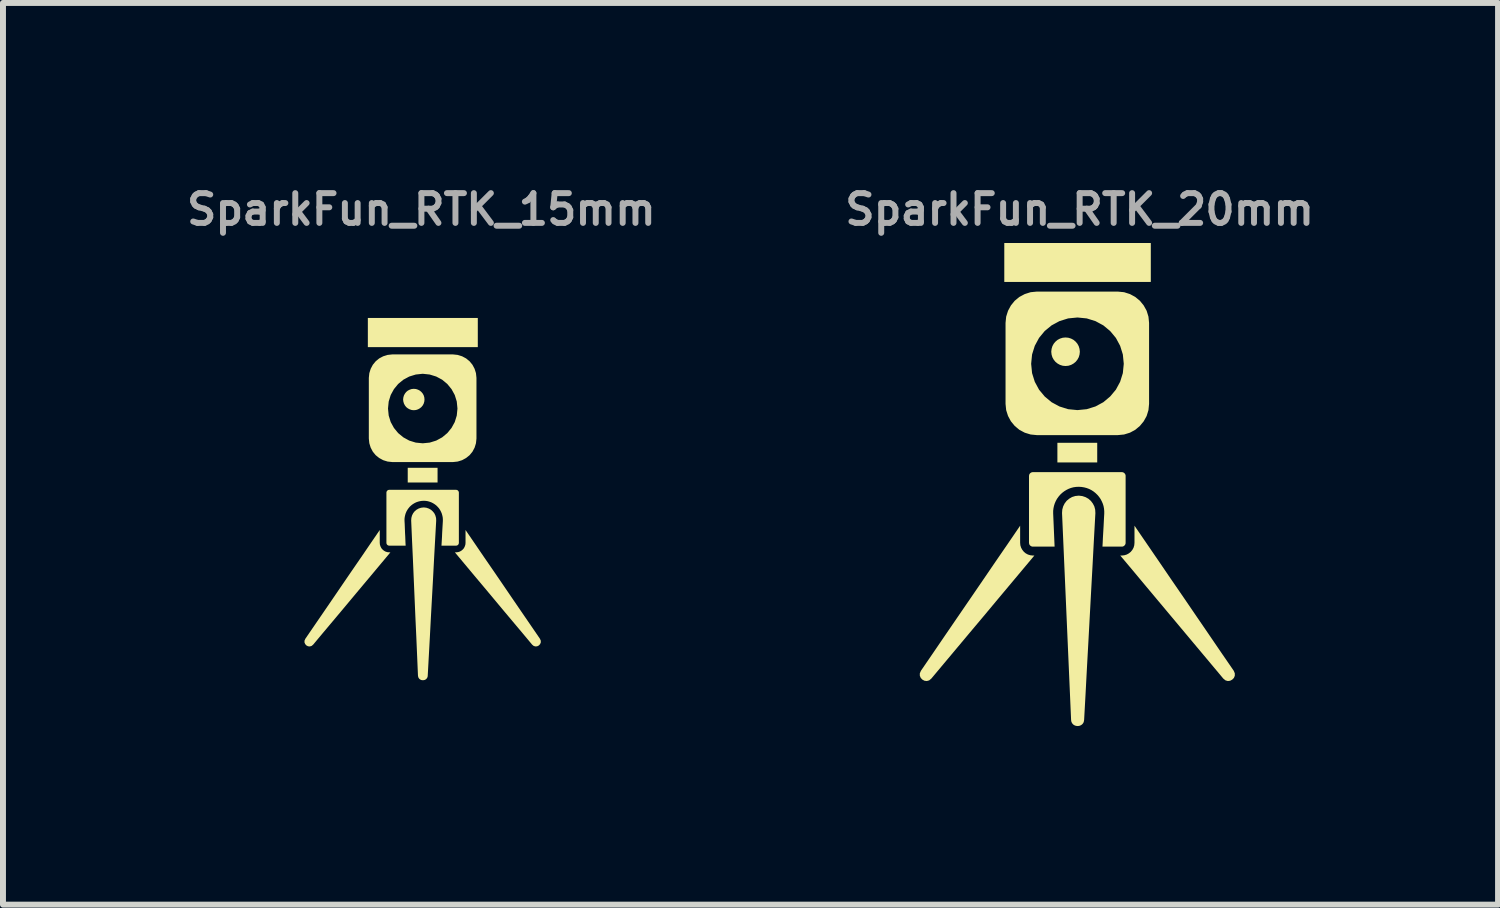
<source format=kicad_pcb>
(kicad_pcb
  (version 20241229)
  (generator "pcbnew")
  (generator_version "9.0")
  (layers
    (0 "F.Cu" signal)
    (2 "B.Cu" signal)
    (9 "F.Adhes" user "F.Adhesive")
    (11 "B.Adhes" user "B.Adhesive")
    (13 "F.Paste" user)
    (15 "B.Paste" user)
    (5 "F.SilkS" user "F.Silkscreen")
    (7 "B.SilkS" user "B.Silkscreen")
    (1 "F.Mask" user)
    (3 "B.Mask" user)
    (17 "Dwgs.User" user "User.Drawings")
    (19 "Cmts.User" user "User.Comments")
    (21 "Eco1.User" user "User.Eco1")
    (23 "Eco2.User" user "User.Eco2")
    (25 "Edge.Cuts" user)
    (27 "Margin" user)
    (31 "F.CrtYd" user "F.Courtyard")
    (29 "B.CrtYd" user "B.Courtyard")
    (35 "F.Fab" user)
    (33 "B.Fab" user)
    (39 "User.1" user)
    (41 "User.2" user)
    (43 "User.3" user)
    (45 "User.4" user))
  (footprint "SparkFun_RTK_20mm"
    (layer "F.Cu")
    (at 15.086 6.068)
    (property "Reference" "SparkFun_RTK_20mm" (at 0 -5.6 0) (layer "F.Fab") (effects (font (size 0.5 0.5) (thickness 0.1))))
    (attr board_only exclude_from_pos_files exclude_from_bom)
    (fp_poly (pts (xy 0.295 -1.35) (xy -0.374 -1.35) (xy -0.374 -1.68) (xy 0.295 -1.68)) (stroke (width 0) (type solid)) (fill yes) (layer "F.SilkS"))
    (fp_poly (pts (xy 1.195 -4.382) (xy -1.266 -4.382) (xy -1.266 -5.036) (xy 1.195 -5.036)) (stroke (width 0) (type solid)) (fill yes) (layer "F.SilkS"))
    (fp_poly (pts (xy -0.194 -3.42) (xy -0.153 -3.407) (xy -0.117 -3.388) (xy -0.085 -3.361) (xy -0.059 -3.33) (xy -0.039 -3.293) (xy -0.027 -3.253) (xy -0.022 -3.21) (xy -0.027 -3.166) (xy -0.039 -3.126) (xy -0.059 -3.09) (xy -0.085 -3.058) (xy -0.117 -3.032) (xy -0.153 -3.012) (xy -0.194 -2.999) (xy -0.237 -2.995) (xy -0.28 -2.999) (xy -0.321 -3.012) (xy -0.357 -3.032) (xy -0.389 -3.058) (xy -0.415 -3.09) (xy -0.435 -3.126) (xy -0.447 -3.166) (xy -0.452 -3.21) (xy -0.447 -3.253) (xy -0.435 -3.293) (xy -0.415 -3.33) (xy -0.389 -3.361) (xy -0.357 -3.388) (xy -0.321 -3.407) (xy -0.28 -3.42) (xy -0.237 -3.424)) (stroke (width 0.05) (type solid)) (fill yes) (layer "F.SilkS"))
    (fp_poly (pts (xy -1 0) (xy -0.996 0.043) (xy -0.983 0.083) (xy -0.963 0.119) (xy -0.937 0.151) (xy -0.906 0.177) (xy -0.869 0.197) (xy -0.829 0.209) (xy -0.786 0.214) (xy -0.761 0.214) (xy -0.977 0.472) (xy -1.194 0.731) (xy -1.41 0.989) (xy -1.626 1.248) (xy -1.843 1.506) (xy -2.059 1.764) (xy -2.276 2.023) (xy -2.492 2.281) (xy -2.528 2.311) (xy -2.568 2.322) (xy -2.607 2.317) (xy -2.642 2.298) (xy -2.669 2.27) (xy -2.685 2.233) (xy -2.685 2.192) (xy -2.666 2.149) (xy -2.458 1.845) (xy -2.25 1.54) (xy -2.042 1.236) (xy -1.833 0.931) (xy -1.625 0.627) (xy -1.417 0.322) (xy -1.208 0.018) (xy -1 -0.287)) (stroke (width 0) (type solid)) (fill yes) (layer "F.SilkS"))
    (fp_poly (pts (xy 1.13 0.018) (xy 1.338 0.322) (xy 1.546 0.627) (xy 1.755 0.931) (xy 1.963 1.236) (xy 2.171 1.54) (xy 2.379 1.845) (xy 2.588 2.149) (xy 2.606 2.192) (xy 2.606 2.233) (xy 2.591 2.27) (xy 2.563 2.298) (xy 2.528 2.317) (xy 2.489 2.322) (xy 2.45 2.311) (xy 2.413 2.281) (xy 2.197 2.023) (xy 1.98 1.764) (xy 1.764 1.506) (xy 1.548 1.248) (xy 1.331 0.989) (xy 1.115 0.731) (xy 0.899 0.472) (xy 0.682 0.214) (xy 0.708 0.214) (xy 0.751 0.209) (xy 0.791 0.197) (xy 0.827 0.177) (xy 0.859 0.151) (xy 0.885 0.119) (xy 0.905 0.083) (xy 0.917 0.043) (xy 0.921 0) (xy 0.921 -0.287)) (stroke (width 0) (type solid)) (fill yes) (layer "F.SilkS"))
    (fp_poly (pts (xy -0.016 -0.792) (xy -0.015 -0.792) (xy -0.015 -0.792) (xy -0.014 -0.792) (xy -0.014 -0.792) (xy -0.013 -0.792) (xy -0.013 -0.792) (xy -0.013 -0.792) (xy 0.045 -0.785) (xy 0.099 -0.767) (xy 0.147 -0.74) (xy 0.189 -0.703) (xy 0.222 -0.659) (xy 0.247 -0.61) (xy 0.261 -0.555) (xy 0.264 -0.497) (xy 0.24 -0.063) (xy 0.217 0.371) (xy 0.193 0.805) (xy 0.146 1.673) (xy 0.122 2.107) (xy 0.099 2.54) (xy 0.075 2.974) (xy 0.071 2.999) (xy 0.064 3.02) (xy 0.053 3.037) (xy 0.039 3.052) (xy 0.022 3.063) (xy 0.004 3.072) (xy -0.015 3.076) (xy -0.034 3.078) (xy -0.054 3.076) (xy -0.074 3.071) (xy -0.092 3.063) (xy -0.108 3.052) (xy -0.122 3.037) (xy -0.133 3.019) (xy -0.141 2.998) (xy -0.144 2.973) (xy -0.163 2.539) (xy -0.182 2.105) (xy -0.201 1.671) (xy -0.22 1.237) (xy -0.239 0.803) (xy -0.258 0.369) (xy -0.277 -0.065) (xy -0.296 -0.5) (xy -0.292 -0.558) (xy -0.277 -0.612) (xy -0.252 -0.662) (xy -0.218 -0.706) (xy -0.176 -0.741) (xy -0.128 -0.769) (xy -0.074 -0.786) (xy -0.016 -0.792)) (stroke (width 0) (type solid)) (fill yes) (layer "F.SilkS"))
    (fp_poly (pts (xy 0.741 -4.185) (xy 0.835 -4.155) (xy 0.92 -4.109) (xy 0.994 -4.048) (xy 1.055 -3.973) (xy 1.102 -3.888) (xy 1.131 -3.794) (xy 1.141 -3.693) (xy 1.141 -2.335) (xy 1.131 -2.234) (xy 1.102 -2.14) (xy 1.055 -2.055) (xy 0.994 -1.981) (xy 0.92 -1.919) (xy 0.835 -1.873) (xy 0.741 -1.844) (xy 0.639 -1.834) (xy -0.718 -1.834) (xy -0.819 -1.844) (xy -0.913 -1.873) (xy -0.999 -1.919) (xy -1.073 -1.981) (xy -1.134 -2.055) (xy -1.18 -2.14) (xy -1.21 -2.234) (xy -1.22 -2.335) (xy -1.22 -3.007) (xy -0.84 -3.007) (xy -0.824 -2.845) (xy -0.777 -2.695) (xy -0.703 -2.558) (xy -0.605 -2.44) (xy -0.486 -2.341) (xy -0.349 -2.267) (xy -0.199 -2.22) (xy -0.037 -2.204) (xy 0.124 -2.22) (xy 0.275 -2.267) (xy 0.412 -2.341) (xy 0.53 -2.44) (xy 0.629 -2.558) (xy 0.703 -2.695) (xy 0.75 -2.845) (xy 0.766 -3.007) (xy 0.75 -3.169) (xy 0.703 -3.319) (xy 0.629 -3.456) (xy 0.53 -3.575) (xy 0.412 -3.673) (xy 0.275 -3.747) (xy 0.124 -3.794) (xy -0.037 -3.81) (xy -0.199 -3.794) (xy -0.349 -3.747) (xy -0.486 -3.673) (xy -0.605 -3.575) (xy -0.703 -3.456) (xy -0.777 -3.319) (xy -0.824 -3.169) (xy -0.84 -3.007) (xy -1.22 -3.007) (xy -1.22 -3.693) (xy -1.21 -3.794) (xy -1.18 -3.888) (xy -1.134 -3.973) (xy -1.073 -4.048) (xy -0.999 -4.109) (xy -0.913 -4.155) (xy -0.819 -4.185) (xy -0.718 -4.195) (xy 0.639 -4.195)) (stroke (width 0.05) (type solid)) (fill yes) (layer "F.SilkS"))
    (fp_poly (pts (xy 0.721 -1.186) (xy 0.733 -1.182) (xy 0.744 -1.176) (xy 0.753 -1.168) (xy 0.761 -1.159) (xy 0.767 -1.148) (xy 0.771 -1.136) (xy 0.772 -1.123) (xy 0.772 0) (xy 0.771 0.013) (xy 0.767 0.025) (xy 0.761 0.036) (xy 0.753 0.045) (xy 0.744 0.053) (xy 0.733 0.059) (xy 0.721 0.063) (xy 0.708 0.064) (xy 0.383 0.064) (xy 0.387 -0.005) (xy 0.39 -0.074) (xy 0.394 -0.143) (xy 0.398 -0.212) (xy 0.402 -0.281) (xy 0.409 -0.419) (xy 0.413 -0.488) (xy 0.413 -0.532) (xy 0.409 -0.576) (xy 0.401 -0.618) (xy 0.388 -0.659) (xy 0.371 -0.698) (xy 0.351 -0.736) (xy 0.326 -0.772) (xy 0.298 -0.805) (xy 0.266 -0.836) (xy 0.232 -0.863) (xy 0.196 -0.886) (xy 0.158 -0.905) (xy 0.118 -0.92) (xy 0.076 -0.931) (xy 0.033 -0.938) (xy -0.011 -0.941) (xy -0.011 -0.941) (xy -0.012 -0.941) (xy -0.013 -0.941) (xy -0.013 -0.941) (xy -0.014 -0.941) (xy -0.015 -0.941) (xy -0.015 -0.941) (xy -0.016 -0.941) (xy -0.016 -0.941) (xy -0.016 -0.941) (xy -0.06 -0.939) (xy -0.103 -0.933) (xy -0.145 -0.922) (xy -0.185 -0.907) (xy -0.223 -0.888) (xy -0.26 -0.865) (xy -0.294 -0.839) (xy -0.326 -0.809) (xy -0.355 -0.775) (xy -0.38 -0.74) (xy -0.401 -0.702) (xy -0.418 -0.663) (xy -0.431 -0.622) (xy -0.44 -0.58) (xy -0.445 -0.537) (xy -0.445 -0.493) (xy -0.442 -0.423) (xy -0.439 -0.354) (xy -0.436 -0.284) (xy -0.433 -0.214) (xy -0.43 -0.145) (xy -0.427 -0.075) (xy -0.424 -0.005) (xy -0.421 0.064) (xy -0.786 0.064) (xy -0.799 0.063) (xy -0.811 0.059) (xy -0.822 0.053) (xy -0.832 0.045) (xy -0.84 0.036) (xy -0.846 0.025) (xy -0.849 0.013) (xy -0.851 0) (xy -0.851 -1.123) (xy -0.849 -1.136) (xy -0.846 -1.148) (xy -0.84 -1.159) (xy -0.832 -1.168) (xy -0.822 -1.176) (xy -0.811 -1.182) (xy -0.799 -1.186) (xy -0.786 -1.187) (xy 0.708 -1.187)) (stroke (width 0) (type solid)) (fill yes) (layer "F.SilkS")))
  (footprint "SparkFun_RTK_15mm"
    (layer "F.Cu")
    (at 4.029 6.068)
    (property "Reference" "SparkFun_RTK_15mm" (at 0 -5.6 0) (layer "F.Fab") (effects (font (size 0.5 0.5) (thickness 0.1))))
    (attr board_only exclude_from_pos_files exclude_from_bom)
    (fp_poly (pts (xy 0.271 -1.013) (xy -0.23 -1.013) (xy -0.23 -1.26) (xy 0.271 -1.26)) (stroke (width 0) (type solid)) (fill yes) (layer "F.SilkS"))
    (fp_poly (pts (xy 0.947 -3.287) (xy -0.9 -3.287) (xy -0.9 -3.777) (xy 0.947 -3.777)) (stroke (width 0) (type solid)) (fill yes) (layer "F.SilkS"))
    (fp_poly (pts (xy -0.095 -2.565) (xy -0.065 -2.555) (xy -0.038 -2.541) (xy -0.014 -2.521) (xy 0.006 -2.497) (xy 0.021 -2.47) (xy 0.03 -2.44) (xy 0.033 -2.407) (xy 0.03 -2.375) (xy 0.021 -2.345) (xy 0.006 -2.317) (xy -0.014 -2.293) (xy -0.038 -2.274) (xy -0.065 -2.259) (xy -0.095 -2.249) (xy -0.128 -2.246) (xy -0.16 -2.249) (xy -0.19 -2.259) (xy -0.218 -2.274) (xy -0.242 -2.293) (xy -0.261 -2.317) (xy -0.276 -2.345) (xy -0.285 -2.375) (xy -0.289 -2.407) (xy -0.285 -2.44) (xy -0.276 -2.47) (xy -0.261 -2.497) (xy -0.242 -2.521) (xy -0.218 -2.541) (xy -0.19 -2.555) (xy -0.16 -2.565) (xy -0.128 -2.568)) (stroke (width 0.037) (type solid)) (fill yes) (layer "F.SilkS"))
    (fp_poly (pts (xy -0.7 0) (xy -0.697 0.032) (xy -0.687 0.062) (xy -0.673 0.09) (xy -0.653 0.113) (xy -0.629 0.133) (xy -0.602 0.148) (xy -0.572 0.157) (xy -0.54 0.16) (xy -0.521 0.16) (xy -0.683 0.354) (xy -0.845 0.548) (xy -1.008 0.742) (xy -1.17 0.936) (xy -1.332 1.13) (xy -1.494 1.323) (xy -1.657 1.517) (xy -1.819 1.711) (xy -1.846 1.733) (xy -1.876 1.741) (xy -1.905 1.738) (xy -1.932 1.724) (xy -1.952 1.702) (xy -1.964 1.675) (xy -1.964 1.644) (xy -1.95 1.612) (xy -1.794 1.384) (xy -1.637 1.155) (xy -1.481 0.927) (xy -1.325 0.698) (xy -1.169 0.47) (xy -1.012 0.242) (xy -0.856 0.013) (xy -0.7 -0.215)) (stroke (width 0) (type solid)) (fill yes) (layer "F.SilkS"))
    (fp_poly (pts (xy 0.897 0.013) (xy 1.053 0.242) (xy 1.21 0.47) (xy 1.366 0.698) (xy 1.522 0.927) (xy 1.678 1.155) (xy 1.835 1.384) (xy 1.991 1.612) (xy 2.005 1.644) (xy 2.005 1.675) (xy 1.993 1.702) (xy 1.973 1.724) (xy 1.946 1.738) (xy 1.917 1.741) (xy 1.887 1.733) (xy 1.86 1.711) (xy 1.698 1.517) (xy 1.535 1.323) (xy 1.373 1.13) (xy 1.211 0.936) (xy 1.049 0.742) (xy 0.886 0.548) (xy 0.724 0.354) (xy 0.562 0.16) (xy 0.581 0.16) (xy 0.613 0.157) (xy 0.643 0.148) (xy 0.67 0.133) (xy 0.694 0.113) (xy 0.714 0.09) (xy 0.728 0.062) (xy 0.738 0.032) (xy 0.741 0) (xy 0.741 -0.215)) (stroke (width 0) (type solid)) (fill yes) (layer "F.SilkS"))
    (fp_poly (pts (xy 0.038 -0.594) (xy 0.039 -0.594) (xy 0.039 -0.594) (xy 0.039 -0.594) (xy 0.04 -0.594) (xy 0.04 -0.594) (xy 0.04 -0.594) (xy 0.041 -0.594) (xy 0.084 -0.589) (xy 0.124 -0.575) (xy 0.16 -0.555) (xy 0.191 -0.527) (xy 0.217 -0.495) (xy 0.235 -0.457) (xy 0.246 -0.416) (xy 0.248 -0.372) (xy 0.23 -0.047) (xy 0.212 0.278) (xy 0.195 0.604) (xy 0.159 1.255) (xy 0.142 1.58) (xy 0.124 1.905) (xy 0.106 2.231) (xy 0.104 2.249) (xy 0.098 2.265) (xy 0.09 2.278) (xy 0.079 2.289) (xy 0.067 2.298) (xy 0.053 2.304) (xy 0.039 2.307) (xy 0.024 2.308) (xy 0.009 2.307) (xy -0.005 2.304) (xy -0.019 2.297) (xy -0.031 2.289) (xy -0.041 2.278) (xy -0.05 2.264) (xy -0.055 2.248) (xy -0.058 2.23) (xy -0.072 1.904) (xy -0.086 1.579) (xy -0.101 1.253) (xy -0.115 0.928) (xy -0.129 0.602) (xy -0.143 0.276) (xy -0.158 -0.049) (xy -0.172 -0.375) (xy -0.169 -0.418) (xy -0.158 -0.459) (xy -0.139 -0.497) (xy -0.114 -0.529) (xy -0.082 -0.556) (xy -0.046 -0.576) (xy -0.006 -0.589) (xy 0.038 -0.594)) (stroke (width 0) (type solid)) (fill yes) (layer "F.SilkS"))
    (fp_poly (pts (xy 0.605 -3.138) (xy 0.676 -3.116) (xy 0.74 -3.082) (xy 0.796 -3.036) (xy 0.842 -2.98) (xy 0.876 -2.916) (xy 0.898 -2.846) (xy 0.906 -2.77) (xy 0.906 -1.752) (xy 0.898 -1.676) (xy 0.876 -1.605) (xy 0.842 -1.541) (xy 0.796 -1.485) (xy 0.74 -1.44) (xy 0.676 -1.405) (xy 0.605 -1.383) (xy 0.53 -1.375) (xy -0.489 -1.375) (xy -0.564 -1.383) (xy -0.635 -1.405) (xy -0.699 -1.44) (xy -0.755 -1.485) (xy -0.801 -1.541) (xy -0.835 -1.605) (xy -0.857 -1.676) (xy -0.865 -1.752) (xy -0.865 -2.255) (xy -0.58 -2.255) (xy -0.568 -2.134) (xy -0.533 -2.021) (xy -0.477 -1.919) (xy -0.404 -1.83) (xy -0.314 -1.756) (xy -0.212 -1.7) (xy -0.099 -1.665) (xy 0.022 -1.653) (xy 0.143 -1.665) (xy 0.256 -1.7) (xy 0.359 -1.756) (xy 0.448 -1.83) (xy 0.521 -1.919) (xy 0.577 -2.021) (xy 0.612 -2.134) (xy 0.624 -2.255) (xy 0.612 -2.377) (xy 0.577 -2.49) (xy 0.521 -2.592) (xy 0.448 -2.681) (xy 0.359 -2.755) (xy 0.256 -2.81) (xy 0.143 -2.845) (xy 0.022 -2.858) (xy -0.099 -2.845) (xy -0.212 -2.81) (xy -0.314 -2.755) (xy -0.404 -2.681) (xy -0.477 -2.592) (xy -0.533 -2.49) (xy -0.568 -2.377) (xy -0.58 -2.255) (xy -0.865 -2.255) (xy -0.865 -2.77) (xy -0.857 -2.846) (xy -0.835 -2.916) (xy -0.801 -2.98) (xy -0.755 -3.036) (xy -0.699 -3.082) (xy -0.635 -3.116) (xy -0.564 -3.138) (xy -0.489 -3.146) (xy 0.53 -3.146)) (stroke (width 0.037) (type solid)) (fill yes) (layer "F.SilkS"))
    (fp_poly (pts (xy 0.59 -0.889) (xy 0.6 -0.887) (xy 0.608 -0.882) (xy 0.615 -0.876) (xy 0.621 -0.869) (xy 0.625 -0.861) (xy 0.628 -0.852) (xy 0.629 -0.842) (xy 0.629 0) (xy 0.628 0.01) (xy 0.625 0.019) (xy 0.621 0.027) (xy 0.615 0.034) (xy 0.608 0.04) (xy 0.6 0.044) (xy 0.59 0.047) (xy 0.581 0.048) (xy 0.337 0.048) (xy 0.34 -0.004) (xy 0.343 -0.055) (xy 0.346 -0.107) (xy 0.348 -0.159) (xy 0.351 -0.211) (xy 0.357 -0.314) (xy 0.36 -0.366) (xy 0.36 -0.399) (xy 0.357 -0.432) (xy 0.35 -0.463) (xy 0.341 -0.494) (xy 0.328 -0.524) (xy 0.313 -0.552) (xy 0.295 -0.579) (xy 0.273 -0.604) (xy 0.25 -0.627) (xy 0.224 -0.647) (xy 0.197 -0.664) (xy 0.168 -0.679) (xy 0.138 -0.69) (xy 0.107 -0.699) (xy 0.075 -0.704) (xy 0.042 -0.706) (xy 0.041 -0.706) (xy 0.041 -0.706) (xy 0.04 -0.706) (xy 0.04 -0.706) (xy 0.039 -0.706) (xy 0.039 -0.706) (xy 0.038 -0.706) (xy 0.038 -0.706) (xy 0.038 -0.706) (xy 0.038 -0.706) (xy 0.005 -0.704) (xy -0.027 -0.699) (xy -0.058 -0.691) (xy -0.089 -0.68) (xy -0.117 -0.666) (xy -0.145 -0.649) (xy -0.171 -0.629) (xy -0.195 -0.607) (xy -0.216 -0.582) (xy -0.235 -0.555) (xy -0.251 -0.527) (xy -0.264 -0.497) (xy -0.273 -0.467) (xy -0.28 -0.435) (xy -0.284 -0.403) (xy -0.284 -0.37) (xy -0.281 -0.317) (xy -0.279 -0.265) (xy -0.277 -0.213) (xy -0.275 -0.161) (xy -0.272 -0.109) (xy -0.27 -0.056) (xy -0.268 -0.004) (xy -0.265 0.048) (xy -0.54 0.048) (xy -0.549 0.047) (xy -0.559 0.044) (xy -0.567 0.04) (xy -0.574 0.034) (xy -0.58 0.027) (xy -0.584 0.019) (xy -0.587 0.01) (xy -0.588 0) (xy -0.588 -0.842) (xy -0.587 -0.852) (xy -0.584 -0.861) (xy -0.58 -0.869) (xy -0.574 -0.876) (xy -0.567 -0.882) (xy -0.559 -0.887) (xy -0.549 -0.889) (xy -0.54 -0.89) (xy 0.581 -0.89)) (stroke (width 0) (type solid)) (fill yes) (layer "F.SilkS")))
  (gr_rect
    (start -3 -3)
    (end 22.114 12.146)
    (stroke (width 0.1) (type default))
    (fill no)
    (layer "Edge.Cuts")))
</source>
